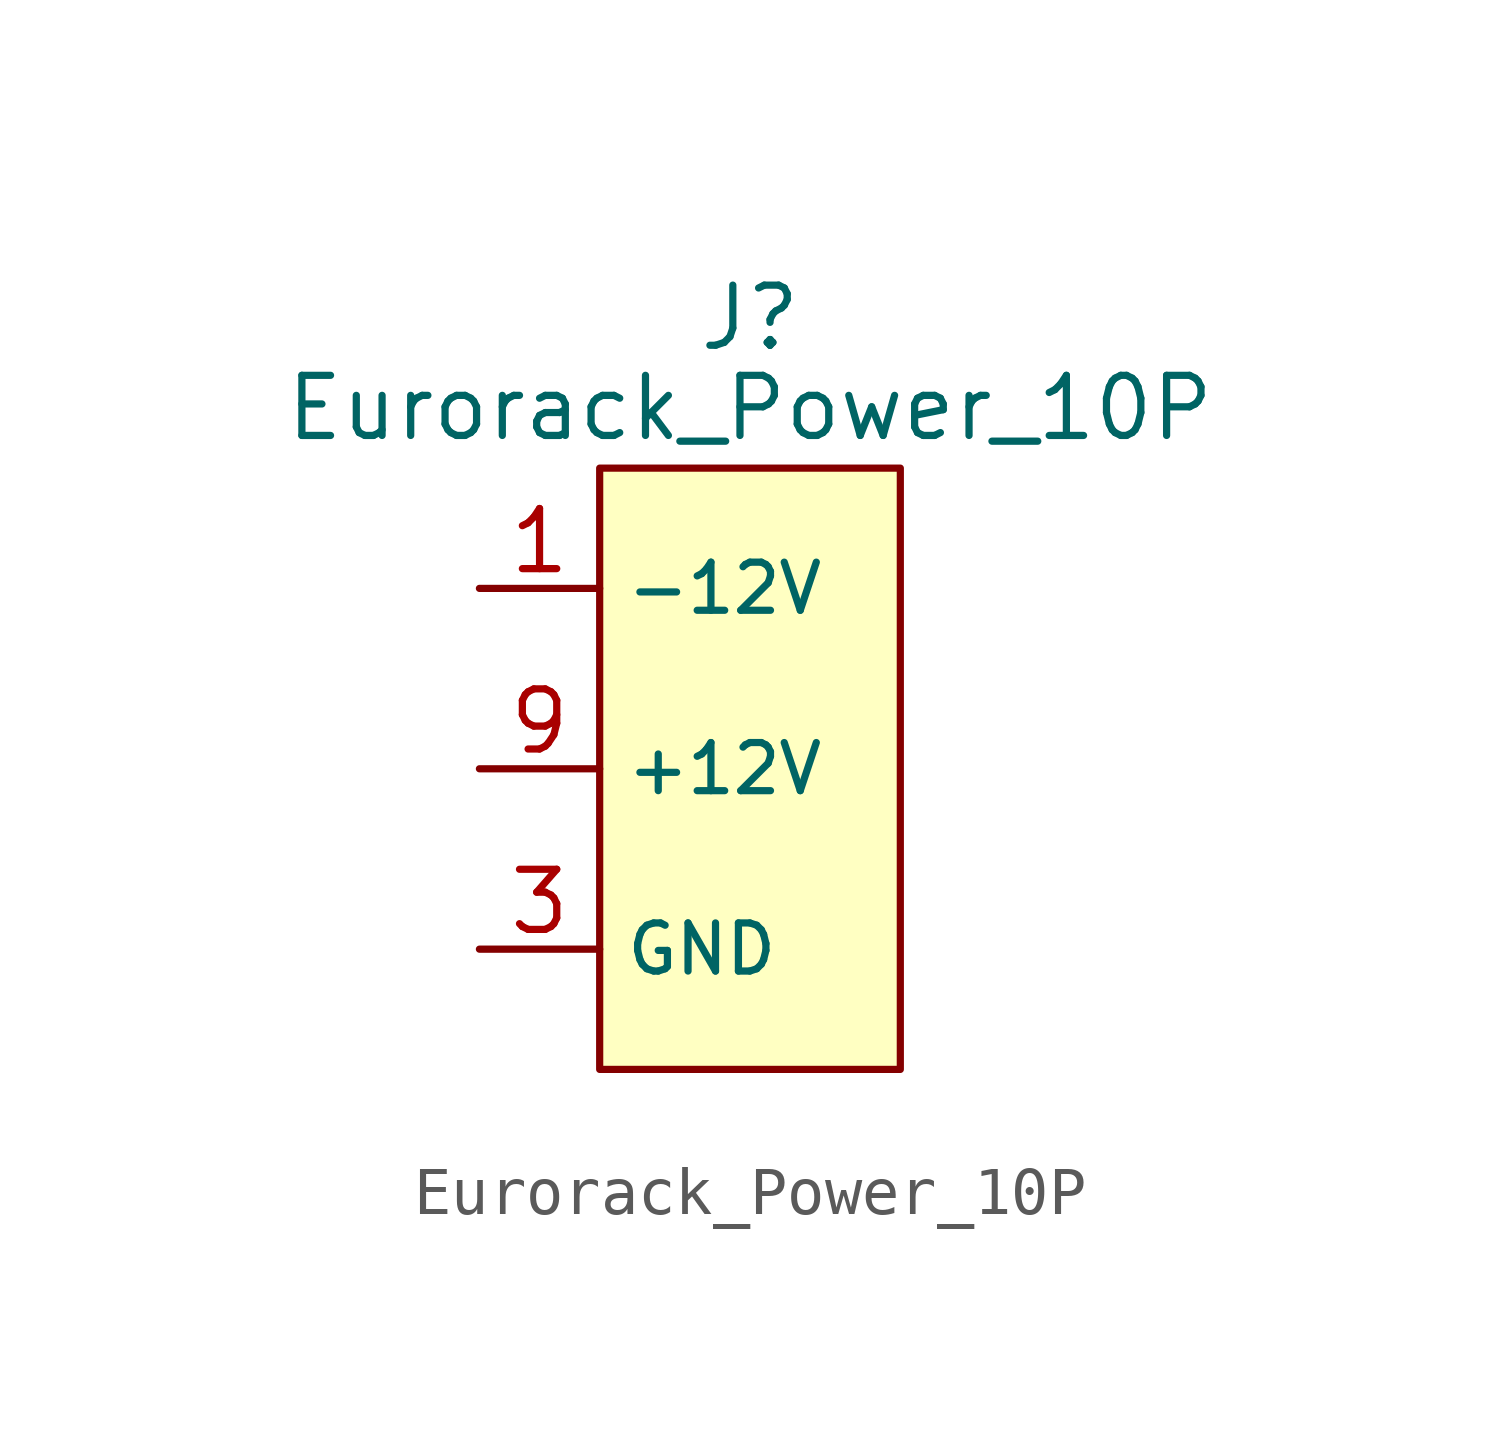
<source format=kicad_sym>
(kicad_symbol_lib
  (version 20201005)
  (generator kicad_symbol_editor)
  (symbol "CustomSymbols:Eurorack_Power_10P"
    (property "Reference" "J"
      (at -1.905 8.255 0)
      (effects (font (size 1.27 1.27))))
    (property "Value" "Eurorack_Power_10P"
      (at -1.905 6.35 0)
      (effects (font (size 1.27 1.27))))
    (symbol "Eurorack_Power_10P_0_0"
      (pin power_in line (at -7.62 2.54 0) (length 2.54) (name "-12V" (effects (font (size 1.016 1.016)))) (number "1" (effects (font (size 1.27 1.27)))))
      (pin power_in line (at -7.62 -1.27 0) (length 2.54) hide (name "+12V" (effects (font (size 1.016 1.016)))) (number "10" (effects (font (size 1.27 1.27)))))
      (pin power_in line (at -7.62 2.54 0) (length 2.54) hide (name "-12V" (effects (font (size 1.016 1.016)))) (number "2" (effects (font (size 1.27 1.27)))))
      (pin power_in line (at -7.62 -5.08 0) (length 2.54) (name "GND" (effects (font (size 1.016 1.016)))) (number "3" (effects (font (size 1.27 1.27)))))
      (pin power_in line (at -7.62 -5.08 0) (length 2.54) hide (name "GND" (effects (font (size 1.016 1.016)))) (number "4" (effects (font (size 1.27 1.27)))))
      (pin power_in line (at -7.62 -5.08 0) (length 2.54) hide (name "GND" (effects (font (size 1.016 1.016)))) (number "5" (effects (font (size 1.27 1.27)))))
      (pin power_in line (at -7.62 -5.08 0) (length 2.54) hide (name "GND" (effects (font (size 1.016 1.016)))) (number "6" (effects (font (size 1.27 1.27)))))
      (pin power_out line (at -7.62 -5.08 0) (length 2.54) hide (name "GND" (effects (font (size 1.016 1.016)))) (number "7" (effects (font (size 1.27 1.27)))))
      (pin power_in line (at -7.62 -5.08 0) (length 2.54) hide (name "GND" (effects (font (size 1.016 1.016)))) (number "8" (effects (font (size 1.27 1.27)))))
      (pin power_in line (at -7.62 -1.27 0) (length 2.54) (name "+12V" (effects (font (size 1.016 1.016)))) (number "9" (effects (font (size 1.27 1.27))))))
    (symbol "Eurorack_Power_10P_0_1"
      (rectangle (start -5.08 5.08) (end 1.27 -7.62) (stroke (width 0.152)) (fill (type background))))))
</source>
